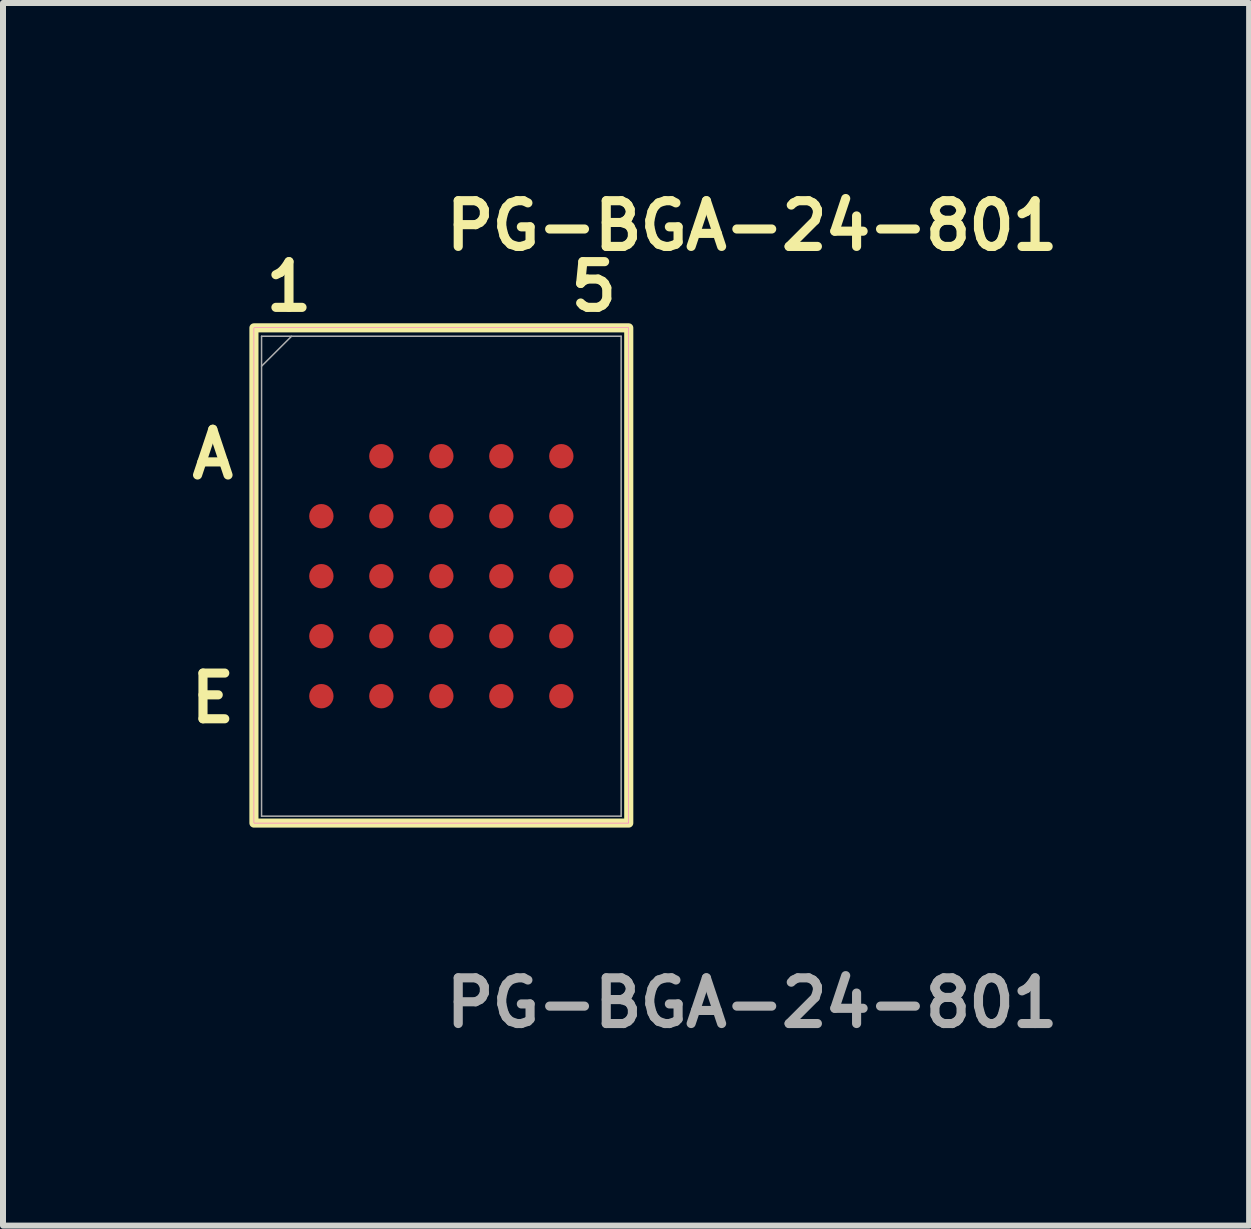
<source format=kicad_pcb>
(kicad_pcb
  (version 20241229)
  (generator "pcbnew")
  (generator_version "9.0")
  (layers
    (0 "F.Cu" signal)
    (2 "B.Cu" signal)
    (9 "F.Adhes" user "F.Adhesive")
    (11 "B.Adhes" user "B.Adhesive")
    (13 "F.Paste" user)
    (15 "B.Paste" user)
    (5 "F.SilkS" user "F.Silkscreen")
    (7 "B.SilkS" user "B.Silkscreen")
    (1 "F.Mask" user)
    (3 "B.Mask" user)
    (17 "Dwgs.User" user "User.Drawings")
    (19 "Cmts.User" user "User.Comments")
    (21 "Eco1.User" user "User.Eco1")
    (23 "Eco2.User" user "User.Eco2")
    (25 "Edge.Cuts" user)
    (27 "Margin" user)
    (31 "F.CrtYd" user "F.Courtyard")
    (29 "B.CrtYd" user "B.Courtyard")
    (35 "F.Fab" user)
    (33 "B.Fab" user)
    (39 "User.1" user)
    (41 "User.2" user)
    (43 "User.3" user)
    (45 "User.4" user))
  (footprint "PG-BGA-24-801"
    (layer "F.Cu")
    (at 4.307 6.555)
    (property "Reference" "PG-BGA-24-801" (at 0 -5.842 0) (unlocked yes) (layer "F.SilkS") (effects (font (size 0.762 0.762) (thickness 0.152) (bold yes)) (justify left)))
    (attr smd)
    (fp_rect (start -3.124 -4.14) (end 3.124 4.115) (stroke (width 0.152) (type solid)) (fill no) (layer "F.SilkS"))
    (fp_rect (start -3.124 -4.14) (end 3.124 4.115) (stroke (width 0.006) (type solid)) (fill no) (layer "F.CrtYd"))
    (fp_line (start -2.997 -4) (end -2.997 4) (stroke (width 0.025) (type solid)) (layer "F.Fab"))
    (fp_line (start -2.997 4) (end 2.997 4) (stroke (width 0.025) (type solid)) (layer "F.Fab"))
    (fp_line (start -2.497 -4) (end -2.997 -3.501) (stroke (width 0.025) (type solid)) (layer "F.Fab"))
    (fp_line (start 2.997 -4) (end -2.997 -4) (stroke (width 0.025) (type solid)) (layer "F.Fab"))
    (fp_line (start 2.997 4) (end 2.997 -4) (stroke (width 0.025) (type solid)) (layer "F.Fab"))
    (fp_text user "1" (at -2.54 -4.826 0) (unlocked yes) (layer "F.SilkS") (effects (font (size 0.762 0.762) (thickness 0.152) (bold yes))))
    (fp_text user "5" (at 2.54 -4.826 0) (unlocked yes) (layer "F.SilkS") (effects (font (size 0.762 0.762) (thickness 0.152) (bold yes))))
    (fp_text user "A" (at -3.81 -2.032 0) (unlocked yes) (layer "F.SilkS") (effects (font (size 0.762 0.762) (thickness 0.152) (bold yes))))
    (fp_text user "E" (at -3.81 2.032 0) (unlocked yes) (layer "F.SilkS") (effects (font (size 0.762 0.762) (thickness 0.152) (bold yes))))
    (fp_text user "${REFERENCE}" (at 0 7.112 0) (unlocked yes) (layer "F.Fab") (effects (font (size 0.762 0.762) (thickness 0.152) (bold yes)) (justify left)))
    (pad "A2" smd circle (at -1 -2) (size 0.406 0.406) (layers "F.Cu" "F.Mask" "F.Paste"))
    (pad "A3" smd circle (at 0 -2) (size 0.406 0.406) (layers "F.Cu" "F.Mask" "F.Paste"))
    (pad "A4" smd circle (at 1 -2) (size 0.406 0.406) (layers "F.Cu" "F.Mask" "F.Paste"))
    (pad "A5" smd circle (at 2 -2) (size 0.406 0.406) (layers "F.Cu" "F.Mask" "F.Paste"))
    (pad "B1" smd circle (at -2 -1) (size 0.406 0.406) (layers "F.Cu" "F.Mask" "F.Paste"))
    (pad "B2" smd circle (at -1 -1) (size 0.406 0.406) (layers "F.Cu" "F.Mask" "F.Paste"))
    (pad "B3" smd circle (at 0 -1) (size 0.406 0.406) (layers "F.Cu" "F.Mask" "F.Paste"))
    (pad "B4" smd circle (at 1 -1) (size 0.406 0.406) (layers "F.Cu" "F.Mask" "F.Paste"))
    (pad "B5" smd circle (at 2 -1) (size 0.406 0.406) (layers "F.Cu" "F.Mask" "F.Paste"))
    (pad "C1" smd circle (at -2 0) (size 0.406 0.406) (layers "F.Cu" "F.Mask" "F.Paste"))
    (pad "C2" smd circle (at -1 0) (size 0.406 0.406) (layers "F.Cu" "F.Mask" "F.Paste"))
    (pad "C3" smd circle (at 0 0) (size 0.406 0.406) (layers "F.Cu" "F.Mask" "F.Paste"))
    (pad "C4" smd circle (at 1 0) (size 0.406 0.406) (layers "F.Cu" "F.Mask" "F.Paste"))
    (pad "C5" smd circle (at 2 0) (size 0.406 0.406) (layers "F.Cu" "F.Mask" "F.Paste"))
    (pad "D1" smd circle (at -2 1) (size 0.406 0.406) (layers "F.Cu" "F.Mask" "F.Paste"))
    (pad "D2" smd circle (at -1 1) (size 0.406 0.406) (layers "F.Cu" "F.Mask" "F.Paste"))
    (pad "D3" smd circle (at 0 1) (size 0.406 0.406) (layers "F.Cu" "F.Mask" "F.Paste"))
    (pad "D4" smd circle (at 1 1) (size 0.406 0.406) (layers "F.Cu" "F.Mask" "F.Paste"))
    (pad "D5" smd circle (at 2 1) (size 0.406 0.406) (layers "F.Cu" "F.Mask" "F.Paste"))
    (pad "E1" smd circle (at -2 2) (size 0.406 0.406) (layers "F.Cu" "F.Mask" "F.Paste"))
    (pad "E2" smd circle (at -1 2) (size 0.406 0.406) (layers "F.Cu" "F.Mask" "F.Paste"))
    (pad "E3" smd circle (at 0 2) (size 0.406 0.406) (layers "F.Cu" "F.Mask" "F.Paste"))
    (pad "E4" smd circle (at 1 2) (size 0.406 0.406) (layers "F.Cu" "F.Mask" "F.Paste"))
    (pad "E5" smd circle (at 2 2) (size 0.406 0.406) (layers "F.Cu" "F.Mask" "F.Paste")))
  (gr_rect
    (start -3 -3)
    (end 17.772 17.38)
    (stroke (width 0.1) (type default))
    (fill no)
    (layer "Edge.Cuts")))
</source>
